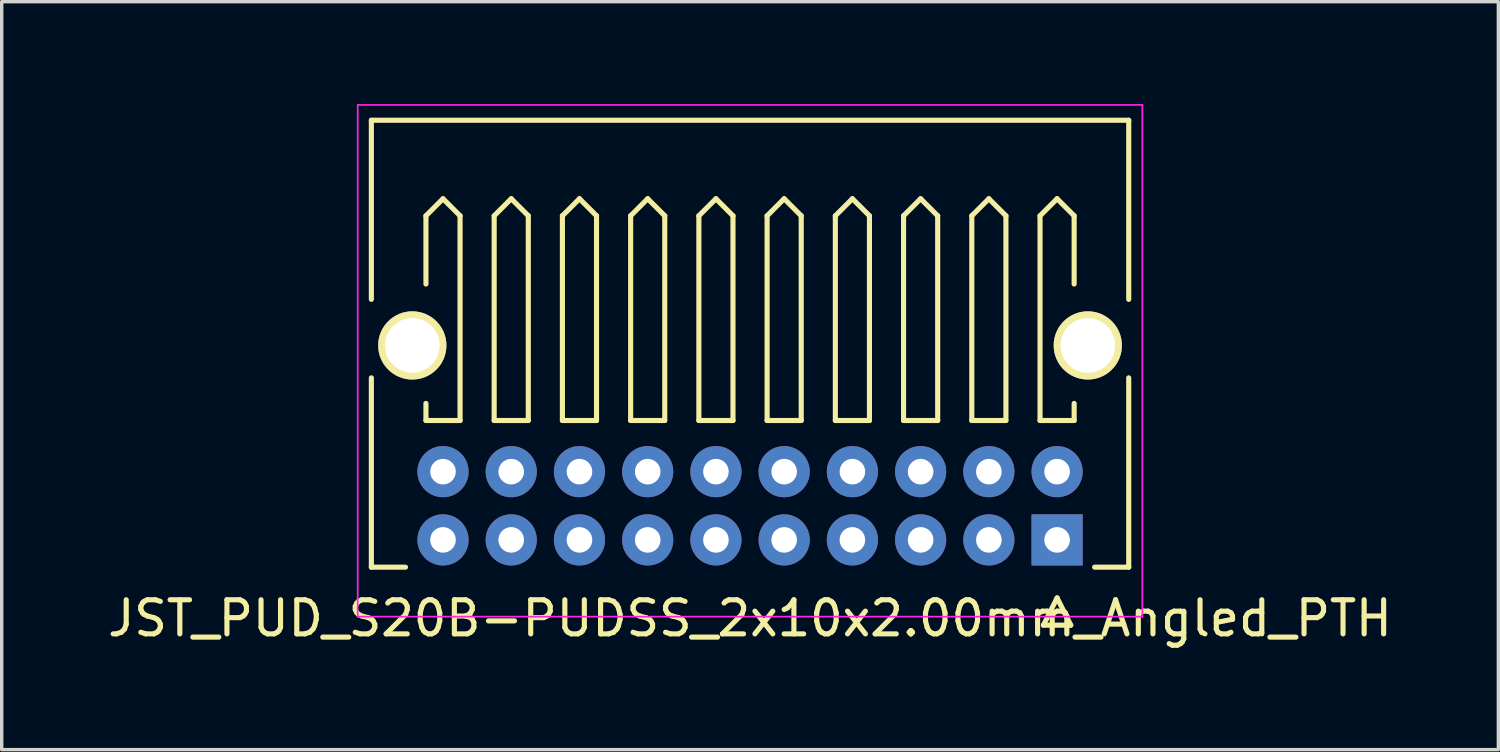
<source format=kicad_pcb>
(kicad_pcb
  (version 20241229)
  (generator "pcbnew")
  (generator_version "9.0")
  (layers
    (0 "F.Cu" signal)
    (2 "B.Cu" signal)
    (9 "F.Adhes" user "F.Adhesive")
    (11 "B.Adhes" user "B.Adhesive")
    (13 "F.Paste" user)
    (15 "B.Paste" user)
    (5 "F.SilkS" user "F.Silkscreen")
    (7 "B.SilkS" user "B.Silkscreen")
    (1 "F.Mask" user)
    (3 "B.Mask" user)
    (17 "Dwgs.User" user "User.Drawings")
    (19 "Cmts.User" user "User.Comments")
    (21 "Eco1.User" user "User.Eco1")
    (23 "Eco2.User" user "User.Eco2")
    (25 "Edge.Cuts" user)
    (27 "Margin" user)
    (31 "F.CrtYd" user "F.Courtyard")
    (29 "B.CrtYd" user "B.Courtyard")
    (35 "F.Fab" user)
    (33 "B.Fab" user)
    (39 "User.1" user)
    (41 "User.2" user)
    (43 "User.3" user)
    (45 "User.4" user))
  (footprint "JST_PUD_S20B-PUDSS_2x10x2.00mm_Angled_PTH"
    (layer "F.Cu")
    (at 27.935 12.775)
    (property "Reference" "JST_PUD_S20B-PUDSS_2x10x2.00mm_Angled_PTH" (at -9 2.3 0) (layer "F.SilkS") (effects (font (size 1 1) (thickness 0.15))))
    (attr through_hole)
    (fp_line (start -20.1 -12.3) (end -20.1 -7.05) (stroke (width 0.15) (type solid)) (layer "F.SilkS"))
    (fp_line (start -20.1 -4.75) (end -20.1 0.8) (stroke (width 0.15) (type solid)) (layer "F.SilkS"))
    (fp_line (start -20.1 0.8) (end -19.1 0.8) (stroke (width 0.15) (type solid)) (layer "F.SilkS"))
    (fp_line (start -18.5 -9.5) (end -18 -10) (stroke (width 0.15) (type solid)) (layer "F.SilkS"))
    (fp_line (start -18.5 -7.5) (end -18.5 -9.5) (stroke (width 0.15) (type solid)) (layer "F.SilkS"))
    (fp_line (start -18.5 -3.5) (end -18.5 -4) (stroke (width 0.15) (type solid)) (layer "F.SilkS"))
    (fp_line (start -18 -10) (end -17.5 -9.5) (stroke (width 0.15) (type solid)) (layer "F.SilkS"))
    (fp_line (start -17.5 -9.5) (end -17.5 -3.5) (stroke (width 0.15) (type solid)) (layer "F.SilkS"))
    (fp_line (start -17.5 -3.5) (end -18.5 -3.5) (stroke (width 0.15) (type solid)) (layer "F.SilkS"))
    (fp_line (start -16.5 -9.5) (end -16 -10) (stroke (width 0.15) (type solid)) (layer "F.SilkS"))
    (fp_line (start -16.5 -3.5) (end -16.5 -9.5) (stroke (width 0.15) (type solid)) (layer "F.SilkS"))
    (fp_line (start -16 -10) (end -15.5 -9.5) (stroke (width 0.15) (type solid)) (layer "F.SilkS"))
    (fp_line (start -15.5 -9.5) (end -15.5 -3.5) (stroke (width 0.15) (type solid)) (layer "F.SilkS"))
    (fp_line (start -15.5 -3.5) (end -16.5 -3.5) (stroke (width 0.15) (type solid)) (layer "F.SilkS"))
    (fp_line (start -14.5 -9.5) (end -14 -10) (stroke (width 0.15) (type solid)) (layer "F.SilkS"))
    (fp_line (start -14.5 -3.5) (end -14.5 -9.5) (stroke (width 0.15) (type solid)) (layer "F.SilkS"))
    (fp_line (start -14 -10) (end -13.5 -9.5) (stroke (width 0.15) (type solid)) (layer "F.SilkS"))
    (fp_line (start -13.5 -9.5) (end -13.5 -3.5) (stroke (width 0.15) (type solid)) (layer "F.SilkS"))
    (fp_line (start -13.5 -3.5) (end -14.5 -3.5) (stroke (width 0.15) (type solid)) (layer "F.SilkS"))
    (fp_line (start -12.5 -9.5) (end -12 -10) (stroke (width 0.15) (type solid)) (layer "F.SilkS"))
    (fp_line (start -12.5 -3.5) (end -12.5 -9.5) (stroke (width 0.15) (type solid)) (layer "F.SilkS"))
    (fp_line (start -12 -10) (end -11.5 -9.5) (stroke (width 0.15) (type solid)) (layer "F.SilkS"))
    (fp_line (start -11.5 -9.5) (end -11.5 -3.5) (stroke (width 0.15) (type solid)) (layer "F.SilkS"))
    (fp_line (start -11.5 -3.5) (end -12.5 -3.5) (stroke (width 0.15) (type solid)) (layer "F.SilkS"))
    (fp_line (start -10.5 -9.5) (end -10 -10) (stroke (width 0.15) (type solid)) (layer "F.SilkS"))
    (fp_line (start -10.5 -3.5) (end -10.5 -9.5) (stroke (width 0.15) (type solid)) (layer "F.SilkS"))
    (fp_line (start -10 -10) (end -9.5 -9.5) (stroke (width 0.15) (type solid)) (layer "F.SilkS"))
    (fp_line (start -9.5 -9.5) (end -9.5 -3.5) (stroke (width 0.15) (type solid)) (layer "F.SilkS"))
    (fp_line (start -9.5 -3.5) (end -10.5 -3.5) (stroke (width 0.15) (type solid)) (layer "F.SilkS"))
    (fp_line (start -8.5 -9.5) (end -8 -10) (stroke (width 0.15) (type solid)) (layer "F.SilkS"))
    (fp_line (start -8.5 -3.5) (end -8.5 -9.5) (stroke (width 0.15) (type solid)) (layer "F.SilkS"))
    (fp_line (start -8 -10) (end -7.5 -9.5) (stroke (width 0.15) (type solid)) (layer "F.SilkS"))
    (fp_line (start -7.5 -9.5) (end -7.5 -3.5) (stroke (width 0.15) (type solid)) (layer "F.SilkS"))
    (fp_line (start -7.5 -3.5) (end -8.5 -3.5) (stroke (width 0.15) (type solid)) (layer "F.SilkS"))
    (fp_line (start -6.5 -9.5) (end -6 -10) (stroke (width 0.15) (type solid)) (layer "F.SilkS"))
    (fp_line (start -6.5 -3.5) (end -6.5 -9.5) (stroke (width 0.15) (type solid)) (layer "F.SilkS"))
    (fp_line (start -6 -10) (end -5.5 -9.5) (stroke (width 0.15) (type solid)) (layer "F.SilkS"))
    (fp_line (start -5.5 -9.5) (end -5.5 -3.5) (stroke (width 0.15) (type solid)) (layer "F.SilkS"))
    (fp_line (start -5.5 -3.5) (end -6.5 -3.5) (stroke (width 0.15) (type solid)) (layer "F.SilkS"))
    (fp_line (start -4.5 -9.5) (end -4 -10) (stroke (width 0.15) (type solid)) (layer "F.SilkS"))
    (fp_line (start -4.5 -3.5) (end -4.5 -9.5) (stroke (width 0.15) (type solid)) (layer "F.SilkS"))
    (fp_line (start -4 -10) (end -3.5 -9.5) (stroke (width 0.15) (type solid)) (layer "F.SilkS"))
    (fp_line (start -3.5 -9.5) (end -3.5 -3.5) (stroke (width 0.15) (type solid)) (layer "F.SilkS"))
    (fp_line (start -3.5 -3.5) (end -4.5 -3.5) (stroke (width 0.15) (type solid)) (layer "F.SilkS"))
    (fp_line (start -2.5 -9.5) (end -2 -10) (stroke (width 0.15) (type solid)) (layer "F.SilkS"))
    (fp_line (start -2.5 -3.5) (end -2.5 -9.5) (stroke (width 0.15) (type solid)) (layer "F.SilkS"))
    (fp_line (start -2 -10) (end -1.5 -9.5) (stroke (width 0.15) (type solid)) (layer "F.SilkS"))
    (fp_line (start -1.5 -9.5) (end -1.5 -3.5) (stroke (width 0.15) (type solid)) (layer "F.SilkS"))
    (fp_line (start -1.5 -3.5) (end -2.5 -3.5) (stroke (width 0.15) (type solid)) (layer "F.SilkS"))
    (fp_line (start -0.5 -9.5) (end 0 -10) (stroke (width 0.15) (type solid)) (layer "F.SilkS"))
    (fp_line (start -0.5 -3.5) (end -0.5 -9.5) (stroke (width 0.15) (type solid)) (layer "F.SilkS"))
    (fp_line (start -0.4 2.5) (end 0 1.7) (stroke (width 0.15) (type solid)) (layer "F.SilkS"))
    (fp_line (start 0 -10) (end 0.5 -9.5) (stroke (width 0.15) (type solid)) (layer "F.SilkS"))
    (fp_line (start 0 1.7) (end 0.4 2.5) (stroke (width 0.15) (type solid)) (layer "F.SilkS"))
    (fp_line (start 0.4 2.5) (end -0.4 2.5) (stroke (width 0.15) (type solid)) (layer "F.SilkS"))
    (fp_line (start 0.5 -9.5) (end 0.5 -7.5) (stroke (width 0.15) (type solid)) (layer "F.SilkS"))
    (fp_line (start 0.5 -4) (end 0.5 -3.5) (stroke (width 0.15) (type solid)) (layer "F.SilkS"))
    (fp_line (start 0.5 -3.5) (end -0.5 -3.5) (stroke (width 0.15) (type solid)) (layer "F.SilkS"))
    (fp_line (start 1.1 0.8) (end 2.1 0.8) (stroke (width 0.15) (type solid)) (layer "F.SilkS"))
    (fp_line (start 2.1 -12.3) (end -20.1 -12.3) (stroke (width 0.15) (type solid)) (layer "F.SilkS"))
    (fp_line (start 2.1 -12.3) (end 2.1 -7.05) (stroke (width 0.15) (type solid)) (layer "F.SilkS"))
    (fp_line (start 2.1 0.8) (end 2.1 -4.75) (stroke (width 0.15) (type solid)) (layer "F.SilkS"))
    (fp_line (start -20.5 -12.75) (end 2.5 -12.75) (stroke (width 0.05) (type solid)) (layer "F.CrtYd"))
    (fp_line (start -20.5 2.25) (end -20.5 -12.75) (stroke (width 0.05) (type solid)) (layer "F.CrtYd"))
    (fp_line (start 2.5 -12.75) (end 2.5 2.25) (stroke (width 0.05) (type solid)) (layer "F.CrtYd"))
    (fp_line (start 2.5 2.25) (end -20.5 2.25) (stroke (width 0.05) (type solid)) (layer "F.CrtYd"))
    (pad "" np_thru_hole circle (at -18.9 -5.7) (size 2 2) (drill 1.6) (layers "*.Cu" "*.Mask" "F.SilkS"))
    (pad "" np_thru_hole circle (at 0.9 -5.7) (size 2 2) (drill 1.6) (layers "*.Cu" "*.Mask" "F.SilkS"))
    (pad "1" thru_hole rect (at 0 0) (size 1.5 1.5) (drill 0.75) (layers "*.Cu" "*.Mask"))
    (pad "2" thru_hole circle (at 0 -2) (size 1.5 1.5) (drill 0.75) (layers "*.Cu" "*.Mask"))
    (pad "3" thru_hole circle (at -2 0) (size 1.5 1.5) (drill 0.75) (layers "*.Cu" "*.Mask"))
    (pad "4" thru_hole circle (at -2 -2) (size 1.5 1.5) (drill 0.75) (layers "*.Cu" "*.Mask"))
    (pad "5" thru_hole circle (at -4 0) (size 1.5 1.5) (drill 0.75) (layers "*.Cu" "*.Mask"))
    (pad "6" thru_hole circle (at -4 -2) (size 1.5 1.5) (drill 0.75) (layers "*.Cu" "*.Mask"))
    (pad "7" thru_hole circle (at -6 0) (size 1.5 1.5) (drill 0.75) (layers "*.Cu" "*.Mask"))
    (pad "8" thru_hole circle (at -6 -2) (size 1.5 1.5) (drill 0.75) (layers "*.Cu" "*.Mask"))
    (pad "9" thru_hole circle (at -8 0) (size 1.5 1.5) (drill 0.75) (layers "*.Cu" "*.Mask"))
    (pad "10" thru_hole circle (at -8 -2) (size 1.5 1.5) (drill 0.75) (layers "*.Cu" "*.Mask"))
    (pad "11" thru_hole circle (at -10 0) (size 1.5 1.5) (drill 0.75) (layers "*.Cu" "*.Mask"))
    (pad "12" thru_hole circle (at -10 -2) (size 1.5 1.5) (drill 0.75) (layers "*.Cu" "*.Mask"))
    (pad "13" thru_hole circle (at -12 0) (size 1.5 1.5) (drill 0.75) (layers "*.Cu" "*.Mask"))
    (pad "14" thru_hole circle (at -12 -2) (size 1.5 1.5) (drill 0.75) (layers "*.Cu" "*.Mask"))
    (pad "15" thru_hole circle (at -14 0) (size 1.5 1.5) (drill 0.75) (layers "*.Cu" "*.Mask"))
    (pad "16" thru_hole circle (at -14 -2) (size 1.5 1.5) (drill 0.75) (layers "*.Cu" "*.Mask"))
    (pad "17" thru_hole circle (at -16 0) (size 1.5 1.5) (drill 0.75) (layers "*.Cu" "*.Mask"))
    (pad "18" thru_hole circle (at -16 -2) (size 1.5 1.5) (drill 0.75) (layers "*.Cu" "*.Mask"))
    (pad "19" thru_hole circle (at -18 0) (size 1.5 1.5) (drill 0.75) (layers "*.Cu" "*.Mask"))
    (pad "20" thru_hole circle (at -18 -2) (size 1.5 1.5) (drill 0.75) (layers "*.Cu" "*.Mask")))
  (gr_rect
    (start -3 -3)
    (end 40.869 18.923)
    (stroke (width 0.1) (type default))
    (fill no)
    (layer "Edge.Cuts")))
</source>
